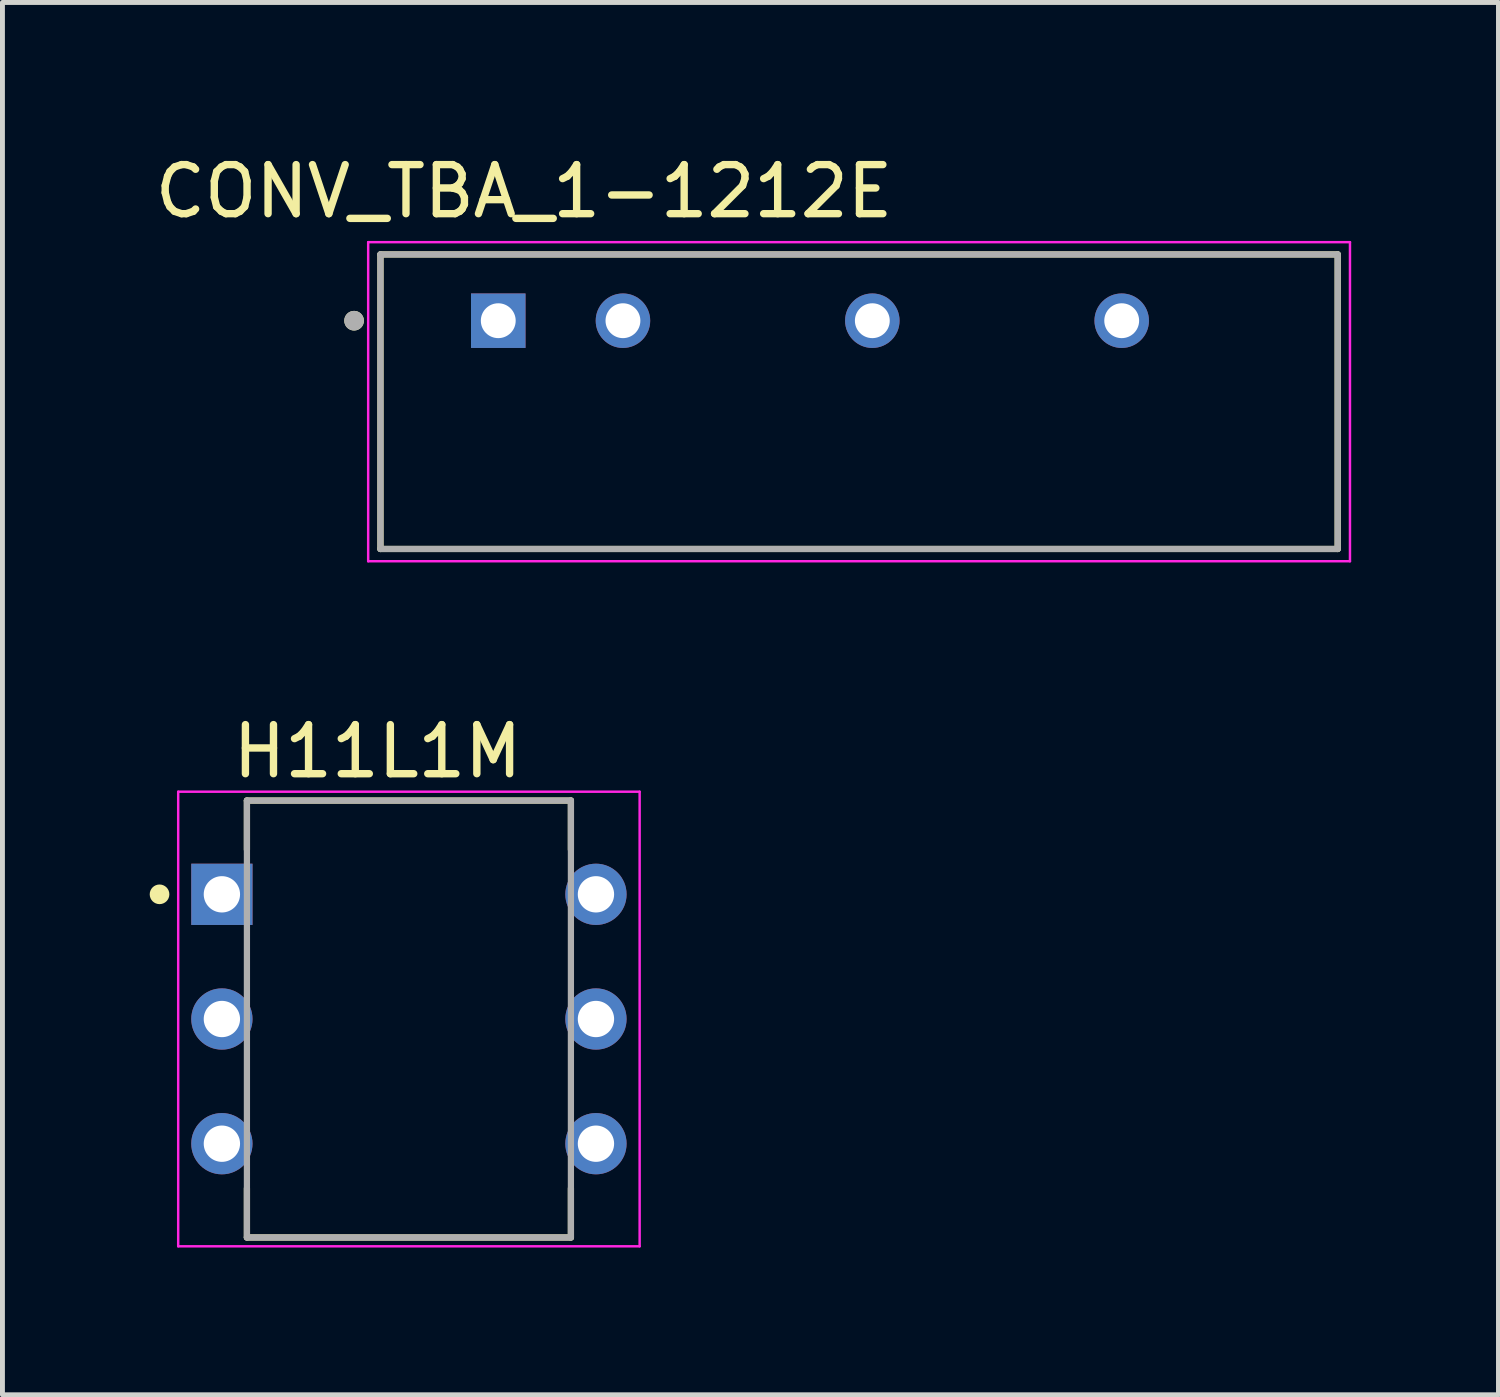
<source format=kicad_pcb>
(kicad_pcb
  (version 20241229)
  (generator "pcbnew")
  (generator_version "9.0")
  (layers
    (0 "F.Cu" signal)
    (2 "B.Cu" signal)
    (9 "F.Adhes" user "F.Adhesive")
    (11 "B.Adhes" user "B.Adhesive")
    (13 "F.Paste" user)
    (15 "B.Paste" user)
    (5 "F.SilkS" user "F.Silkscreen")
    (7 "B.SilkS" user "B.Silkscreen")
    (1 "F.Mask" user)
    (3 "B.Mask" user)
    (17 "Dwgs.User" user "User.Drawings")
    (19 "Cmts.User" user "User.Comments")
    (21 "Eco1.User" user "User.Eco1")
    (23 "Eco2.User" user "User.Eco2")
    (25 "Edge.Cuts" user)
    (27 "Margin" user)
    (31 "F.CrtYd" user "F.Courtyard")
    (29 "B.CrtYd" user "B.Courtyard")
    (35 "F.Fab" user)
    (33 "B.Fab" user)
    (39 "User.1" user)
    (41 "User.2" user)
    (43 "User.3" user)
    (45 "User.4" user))
  (footprint "CONV_TBA_1-1212E"
    (layer "F.Cu")
    (at 14.45 5.133)
    (property "Reference" "CONV_TBA_1-1212E" (at -6.825 -4.285 0) (layer "F.SilkS") (effects (font (size 1 1) (thickness 0.15))))
    (attr through_hole)
    (fp_line (start -9.75 -3) (end -9.75 3) (stroke (width 0.127) (type solid)) (layer "F.SilkS"))
    (fp_line (start -9.75 3) (end 9.75 3) (stroke (width 0.127) (type solid)) (layer "F.SilkS"))
    (fp_line (start 9.75 -3) (end -9.75 -3) (stroke (width 0.127) (type solid)) (layer "F.SilkS"))
    (fp_line (start 9.75 3) (end 9.75 -3) (stroke (width 0.127) (type solid)) (layer "F.SilkS"))
    (fp_circle (center -10.287 -1.65) (end -10.187 -1.65) (stroke (width 0.2) (type solid)) (fill no) (layer "F.SilkS"))
    (fp_line (start -10 -3.25) (end -10 3.25) (stroke (width 0.05) (type solid)) (layer "F.CrtYd"))
    (fp_line (start -10 3.25) (end 10 3.25) (stroke (width 0.05) (type solid)) (layer "F.CrtYd"))
    (fp_line (start 10 -3.25) (end -10 -3.25) (stroke (width 0.05) (type solid)) (layer "F.CrtYd"))
    (fp_line (start 10 3.25) (end 10 -3.25) (stroke (width 0.05) (type solid)) (layer "F.CrtYd"))
    (fp_line (start -9.75 -3) (end -9.75 3) (stroke (width 0.127) (type solid)) (layer "F.Fab"))
    (fp_line (start -9.75 3) (end 9.75 3) (stroke (width 0.127) (type solid)) (layer "F.Fab"))
    (fp_line (start 9.75 -3) (end -9.75 -3) (stroke (width 0.127) (type solid)) (layer "F.Fab"))
    (fp_line (start 9.75 3) (end 9.75 -3) (stroke (width 0.127) (type solid)) (layer "F.Fab"))
    (fp_circle (center -10.287 -1.65) (end -10.187 -1.65) (stroke (width 0.2) (type solid)) (fill no) (layer "F.Fab"))
    (pad "1" thru_hole rect (at -7.35 -1.65) (size 1.11 1.11) (drill 0.71) (layers "*.Cu" "*.Mask"))
    (pad "2" thru_hole circle (at -4.81 -1.65) (size 1.11 1.11) (drill 0.71) (layers "*.Cu" "*.Mask"))
    (pad "4" thru_hole circle (at 0.27 -1.65) (size 1.11 1.11) (drill 0.71) (layers "*.Cu" "*.Mask"))
    (pad "6" thru_hole circle (at 5.35 -1.65) (size 1.11 1.11) (drill 0.71) (layers "*.Cu" "*.Mask")))
  (footprint "H11L1M"
    (layer "F.Cu")
    (at 5.28 17.708)
    (property "Reference" "H11L1M" (at -0.64 -5.452 0) (layer "F.SilkS") (effects (font (size 1 1) (thickness 0.15))))
    (attr through_hole)
    (fp_line (start -3.3 -4.45) (end 3.3 -4.45) (stroke (width 0.127) (type solid)) (layer "F.SilkS"))
    (fp_line (start -3.3 -3.45) (end -3.3 -4.45) (stroke (width 0.127) (type solid)) (layer "F.SilkS"))
    (fp_line (start -3.3 3.45) (end -3.3 4.45) (stroke (width 0.127) (type solid)) (layer "F.SilkS"))
    (fp_line (start -3.3 4.45) (end 3.3 4.45) (stroke (width 0.127) (type solid)) (layer "F.SilkS"))
    (fp_line (start 3.3 -4.45) (end 3.3 -3.45) (stroke (width 0.127) (type solid)) (layer "F.SilkS"))
    (fp_line (start 3.3 4.45) (end 3.3 3.45) (stroke (width 0.127) (type solid)) (layer "F.SilkS"))
    (fp_circle (center -5.08 -2.54) (end -4.98 -2.54) (stroke (width 0.2) (type solid)) (fill no) (layer "F.SilkS"))
    (fp_line (start -4.7 -4.63) (end -4.7 4.63) (stroke (width 0.05) (type solid)) (layer "F.CrtYd"))
    (fp_line (start -4.7 4.63) (end 4.7 4.63) (stroke (width 0.05) (type solid)) (layer "F.CrtYd"))
    (fp_line (start 4.7 -4.63) (end -4.7 -4.63) (stroke (width 0.05) (type solid)) (layer "F.CrtYd"))
    (fp_line (start 4.7 4.63) (end 4.7 -4.63) (stroke (width 0.05) (type solid)) (layer "F.CrtYd"))
    (fp_line (start -3.3 -4.45) (end 3.3 -4.45) (stroke (width 0.127) (type solid)) (layer "F.Fab"))
    (fp_line (start -3.3 4.45) (end -3.3 -4.45) (stroke (width 0.127) (type solid)) (layer "F.Fab"))
    (fp_line (start 3.3 -4.45) (end 3.3 4.45) (stroke (width 0.127) (type solid)) (layer "F.Fab"))
    (fp_line (start 3.3 4.45) (end -3.3 4.45) (stroke (width 0.127) (type solid)) (layer "F.Fab"))
    (pad "1" thru_hole rect (at -3.81 -2.54) (size 1.248 1.248) (drill 0.74) (layers "*.Cu" "*.Mask"))
    (pad "2" thru_hole circle (at -3.81 0) (size 1.248 1.248) (drill 0.74) (layers "*.Cu" "*.Mask"))
    (pad "3" thru_hole circle (at -3.81 2.54) (size 1.248 1.248) (drill 0.74) (layers "*.Cu" "*.Mask"))
    (pad "4" thru_hole circle (at 3.81 2.54) (size 1.248 1.248) (drill 0.74) (layers "*.Cu" "*.Mask"))
    (pad "5" thru_hole circle (at 3.81 0) (size 1.248 1.248) (drill 0.74) (layers "*.Cu" "*.Mask"))
    (pad "6" thru_hole circle (at 3.81 -2.54) (size 1.248 1.248) (drill 0.74) (layers "*.Cu" "*.Mask")))
  (gr_rect
    (start -3 -3)
    (end 27.475 25.363)
    (stroke (width 0.1) (type default))
    (fill no)
    (layer "Edge.Cuts")))
</source>
